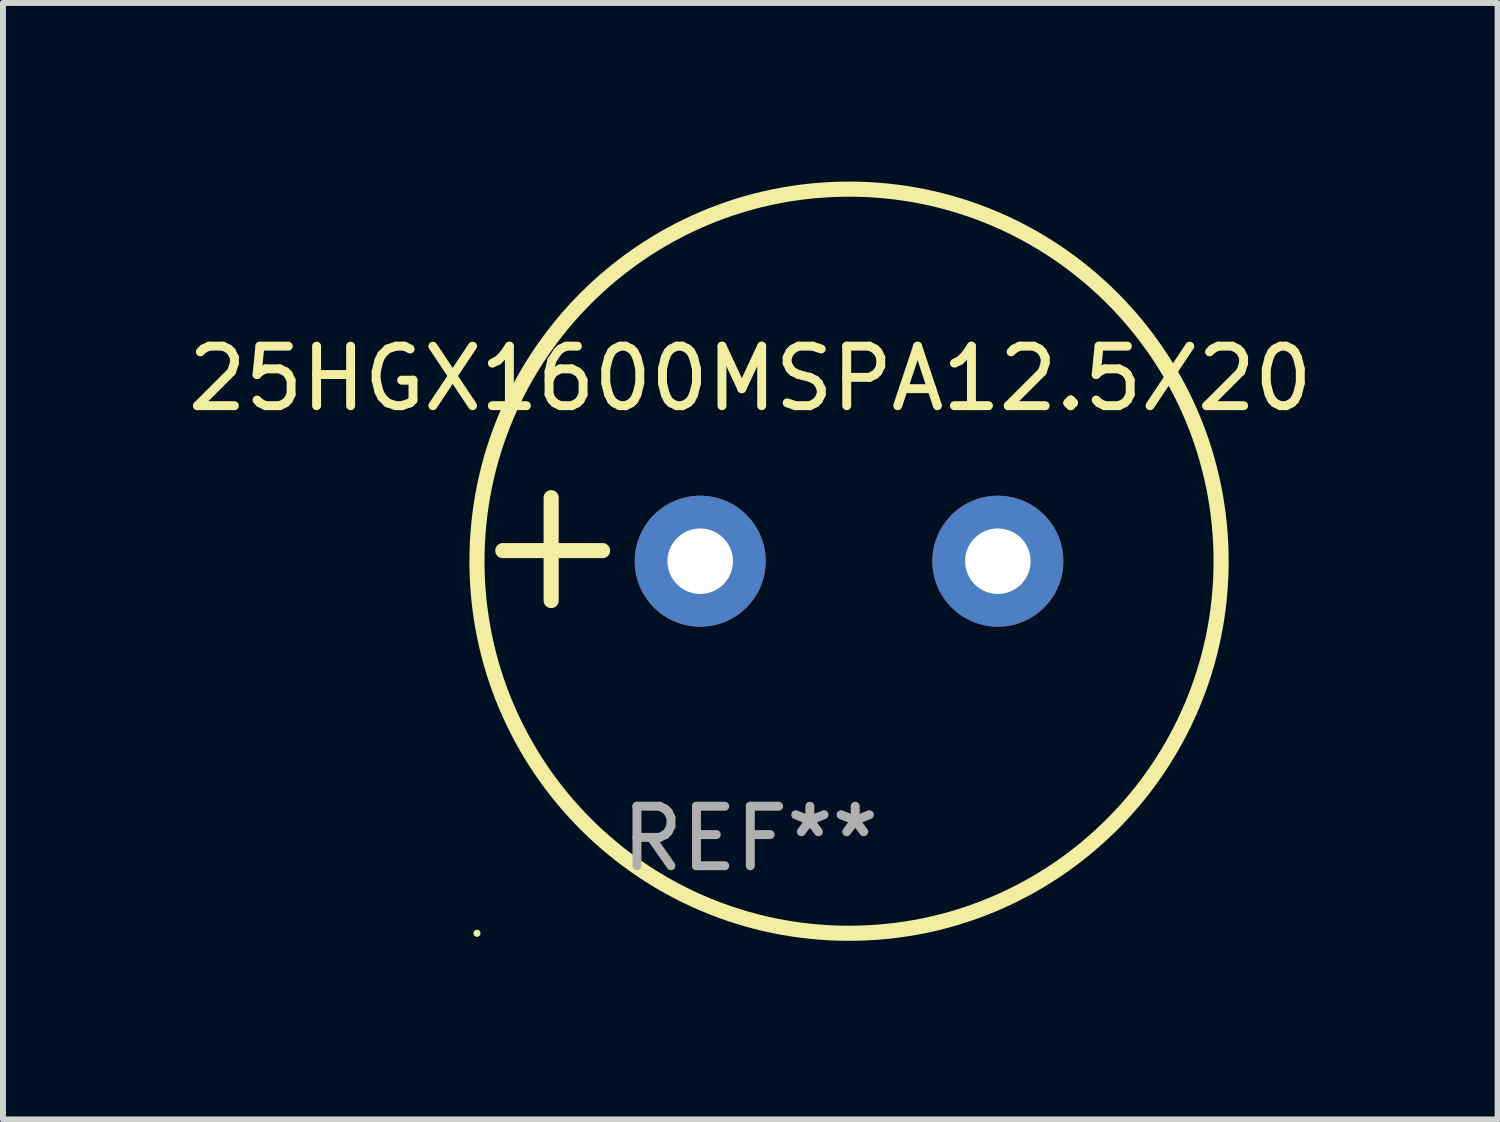
<source format=kicad_pcb>
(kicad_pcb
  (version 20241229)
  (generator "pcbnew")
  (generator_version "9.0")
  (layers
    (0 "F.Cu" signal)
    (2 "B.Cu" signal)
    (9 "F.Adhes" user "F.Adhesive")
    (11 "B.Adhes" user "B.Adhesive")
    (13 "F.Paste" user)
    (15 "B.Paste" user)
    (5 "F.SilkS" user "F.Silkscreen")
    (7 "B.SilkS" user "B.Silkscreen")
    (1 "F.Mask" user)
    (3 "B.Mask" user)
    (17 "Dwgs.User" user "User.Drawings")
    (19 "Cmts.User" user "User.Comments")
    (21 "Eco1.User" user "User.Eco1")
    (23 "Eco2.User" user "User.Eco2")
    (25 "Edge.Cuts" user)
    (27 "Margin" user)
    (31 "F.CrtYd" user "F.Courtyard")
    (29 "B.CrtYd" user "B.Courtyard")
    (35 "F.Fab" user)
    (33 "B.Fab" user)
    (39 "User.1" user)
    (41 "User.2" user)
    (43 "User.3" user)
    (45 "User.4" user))
  (footprint "25HGX1600MSPA12.5X20"
    (layer "F.Cu")
    (at 9.554 6.174)
    (property "Reference" "25HGX1600MSPA12.5X20" (at 0 -2.864 0) (layer "F.SilkS") (effects (font (size 1 1) (thickness 0.15))))
    (attr through_hole)
    (fp_line (start -3.346 0.864) (end -3.346 -0.864) (stroke (width 0.254) (type solid)) (layer "F.SilkS"))
    (fp_line (start -2.482 0.025) (end -4.158 0.025) (stroke (width 0.254) (type solid)) (layer "F.SilkS"))
    (fp_circle (center -4.592 6.453) (end -4.562 6.453) (stroke (width 0.06) (type solid)) (fill no) (layer "F.SilkS"))
    (fp_circle (center 1.658 0.203) (end 7.908 0.203) (stroke (width 0.254) (type solid)) (fill no) (layer "F.SilkS"))
    (fp_text user "REF**" (at 0 4.864 0) (layer "F.Fab") (effects (font (size 1 1) (thickness 0.15))))
    (pad "1" thru_hole circle (at -0.842 0.203) (size 2.2 2.2) (drill 1.1) (layers "*.Cu" "*.Mask"))
    (pad "2" thru_hole circle (at 4.158 0.203) (size 2.2 2.2) (drill 1.1) (layers "*.Cu" "*.Mask")))
  (gr_rect
    (start -3 -3)
    (end 22.107 15.754)
    (stroke (width 0.1) (type default))
    (fill no)
    (layer "Edge.Cuts")))
</source>
